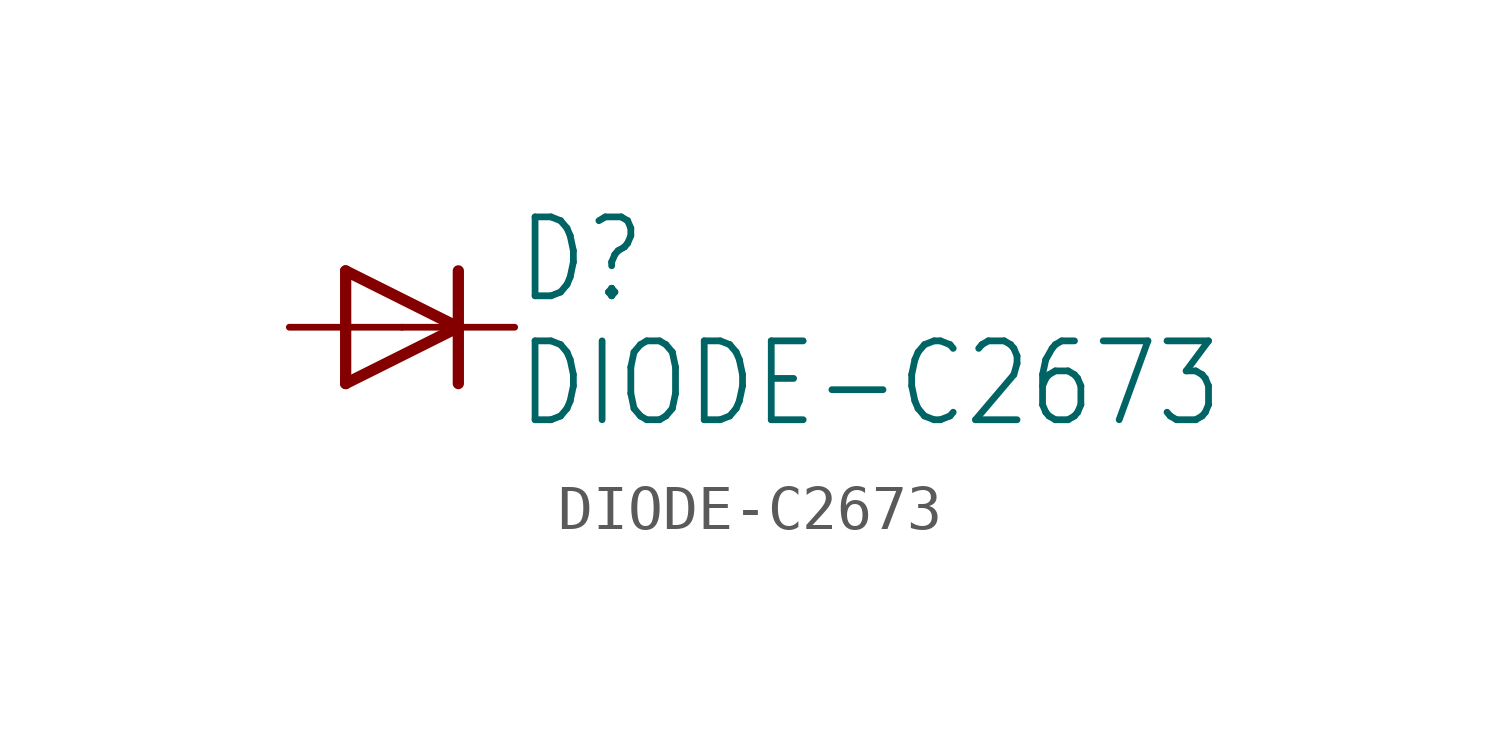
<source format=kicad_sym>
(kicad_symbol_lib
  (version 20211014)
  (generator kicad_symbol_editor)
  (symbol "DIODE-C2673"
    (property "Reference" "D"
      (at 2.54 0.483 0)
      (effects (font (size 1.778 1.511)) (justify left bottom)))
    (property "Value" "DIODE-C2673"
      (at 2.54 -2.311 0)
      (effects (font (size 1.778 1.511)) (justify left bottom)))
    (property "ki_locked" ""
      (at 0 0 0)
      (effects (font (size 1.27 1.27))))
    (symbol "DIODE-C2673_1_0"
      (polyline (pts (xy -1.27 -1.27) (xy 1.27 0)) (stroke (width 0.254) (type default) (color 0 0 0 0)) (fill (type none)))
      (polyline (pts (xy -1.27 1.27) (xy -1.27 -1.27)) (stroke (width 0.254) (type default) (color 0 0 0 0)) (fill (type none)))
      (polyline (pts (xy 1.27 0) (xy -1.27 1.27)) (stroke (width 0.254) (type default) (color 0 0 0 0)) (fill (type none)))
      (polyline (pts (xy 1.27 0) (xy 1.27 -1.27)) (stroke (width 0.254) (type default) (color 0 0 0 0)) (fill (type none)))
      (polyline (pts (xy 1.27 1.27) (xy 1.27 0)) (stroke (width 0.254) (type default) (color 0 0 0 0)) (fill (type none)))
      (pin passive line (at -2.54 0 0) (length 2.54) (name "A" (effects (font (size 0 0)))) (number "A" (effects (font (size 0 0)))))
      (pin passive line (at 2.54 0 180) (length 2.54) (name "C" (effects (font (size 0 0)))) (number "C" (effects (font (size 0 0))))))))
</source>
